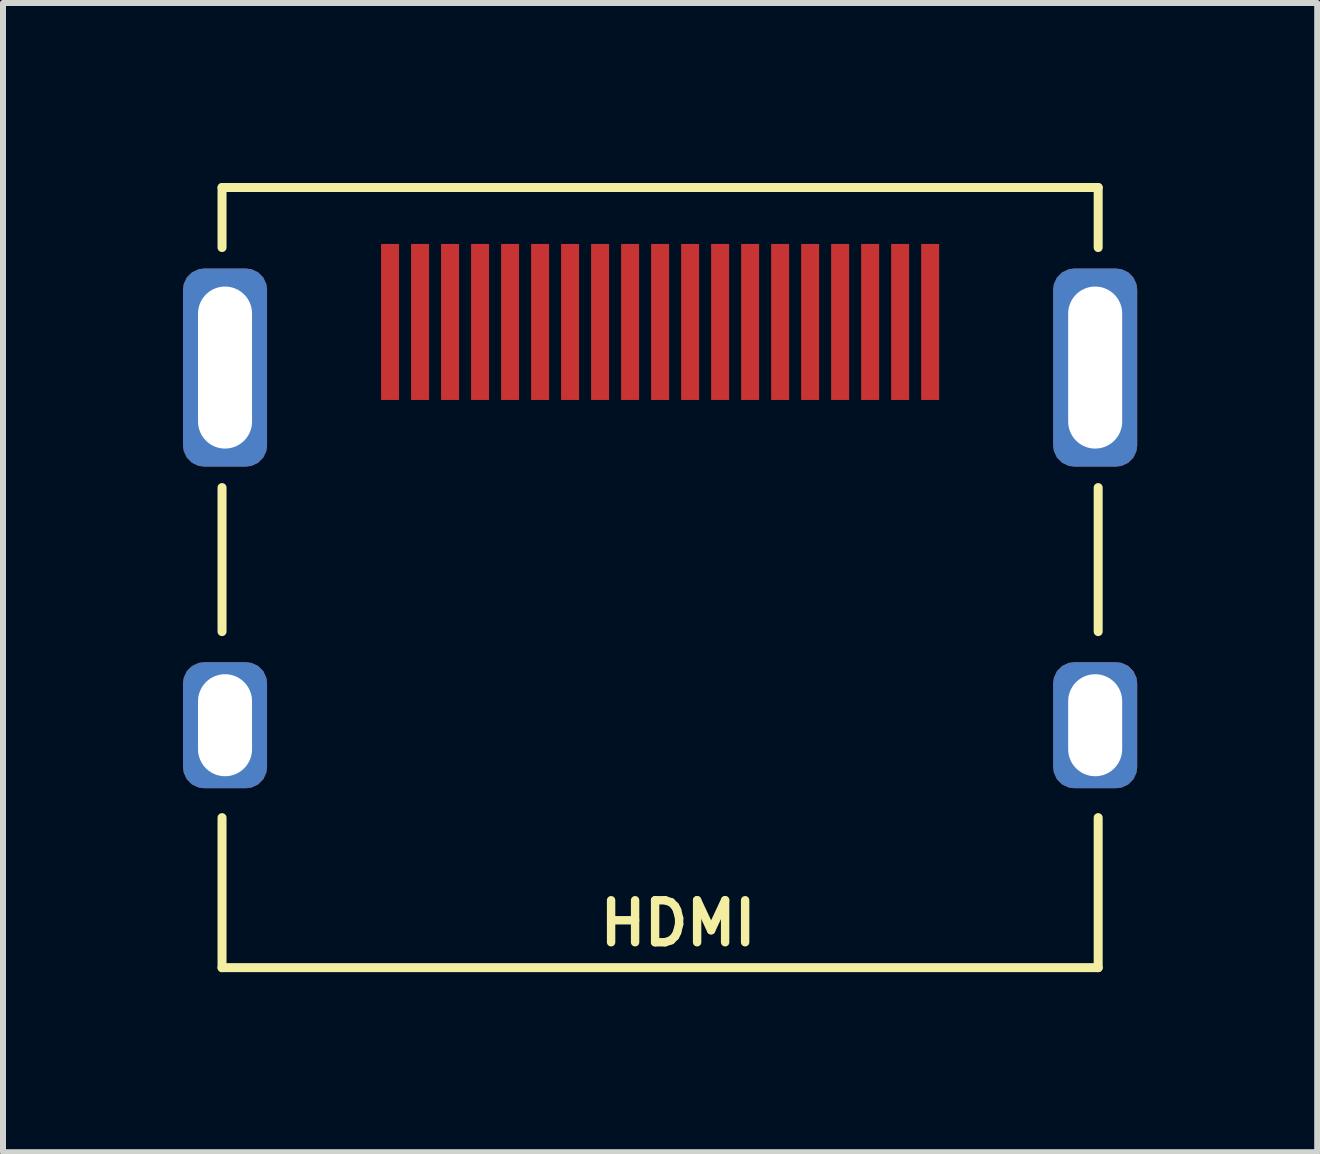
<source format=kicad_pcb>
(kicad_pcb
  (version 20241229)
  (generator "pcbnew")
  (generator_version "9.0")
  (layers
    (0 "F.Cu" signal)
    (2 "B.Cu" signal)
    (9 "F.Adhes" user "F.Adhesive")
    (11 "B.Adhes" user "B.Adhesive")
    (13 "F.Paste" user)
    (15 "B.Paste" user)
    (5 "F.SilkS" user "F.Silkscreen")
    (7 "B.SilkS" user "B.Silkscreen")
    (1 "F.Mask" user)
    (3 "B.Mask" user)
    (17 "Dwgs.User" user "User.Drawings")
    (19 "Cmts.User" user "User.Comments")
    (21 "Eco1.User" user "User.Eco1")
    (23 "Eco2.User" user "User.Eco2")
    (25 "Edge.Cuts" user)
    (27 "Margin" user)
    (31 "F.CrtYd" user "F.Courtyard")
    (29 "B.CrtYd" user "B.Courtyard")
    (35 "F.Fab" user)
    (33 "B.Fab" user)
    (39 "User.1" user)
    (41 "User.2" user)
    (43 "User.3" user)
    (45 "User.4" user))
  (footprint "HDMI"
    (layer "F.Cu")
    (at 7.95 3.075)
    (property "Reference" "HDMI" (at 0.3 9.26 180) (layer "F.SilkS") (effects (font (size 0.7 0.7) (thickness 0.14) (bold yes))))
    (attr through_hole)
    (fp_line (start -7.3 -3) (end 7.3 -3) (stroke (width 0.15) (type solid)) (layer "F.SilkS"))
    (fp_line (start -7.3 -2) (end -7.3 -3) (stroke (width 0.15) (type solid)) (layer "F.SilkS"))
    (fp_line (start -7.3 2) (end -7.3 4.4) (stroke (width 0.15) (type solid)) (layer "F.SilkS"))
    (fp_line (start -7.3 7.5) (end -7.3 10) (stroke (width 0.15) (type solid)) (layer "F.SilkS"))
    (fp_line (start -7.3 10) (end 7.3 10) (stroke (width 0.15) (type solid)) (layer "F.SilkS"))
    (fp_line (start 7.3 -3) (end 7.3 -2) (stroke (width 0.15) (type solid)) (layer "F.SilkS"))
    (fp_line (start 7.3 2) (end 7.3 4.4) (stroke (width 0.15) (type solid)) (layer "F.SilkS"))
    (fp_line (start 7.3 10) (end 7.3 7.5) (stroke (width 0.15) (type solid)) (layer "F.SilkS"))
    (pad "1" smd rect (at 4.5 -0.76) (size 0.3 2.6) (layers "F.Cu" "F.Mask" "F.Paste"))
    (pad "2" smd rect (at 4 -0.76) (size 0.3 2.6) (layers "F.Cu" "F.Mask" "F.Paste"))
    (pad "3" smd rect (at 3.5 -0.76) (size 0.3 2.6) (layers "F.Cu" "F.Mask" "F.Paste"))
    (pad "4" smd rect (at 3 -0.76) (size 0.3 2.6) (layers "F.Cu" "F.Mask" "F.Paste"))
    (pad "5" smd rect (at 2.5 -0.76) (size 0.3 2.6) (layers "F.Cu" "F.Mask" "F.Paste"))
    (pad "6" smd rect (at 2 -0.76) (size 0.3 2.6) (layers "F.Cu" "F.Mask" "F.Paste"))
    (pad "7" smd rect (at 1.5 -0.76) (size 0.3 2.6) (layers "F.Cu" "F.Mask" "F.Paste"))
    (pad "8" smd rect (at 1 -0.76) (size 0.3 2.6) (layers "F.Cu" "F.Mask" "F.Paste"))
    (pad "9" smd rect (at 0.5 -0.76) (size 0.3 2.6) (layers "F.Cu" "F.Mask" "F.Paste"))
    (pad "10" smd rect (at 0 -0.76) (size 0.3 2.6) (layers "F.Cu" "F.Mask" "F.Paste"))
    (pad "11" smd rect (at -0.5 -0.76) (size 0.3 2.6) (layers "F.Cu" "F.Mask" "F.Paste"))
    (pad "12" smd rect (at -1 -0.76) (size 0.3 2.6) (layers "F.Cu" "F.Mask" "F.Paste"))
    (pad "13" smd rect (at -1.5 -0.76) (size 0.3 2.6) (layers "F.Cu" "F.Mask" "F.Paste"))
    (pad "14" smd rect (at -2 -0.76) (size 0.3 2.6) (layers "F.Cu" "F.Mask" "F.Paste"))
    (pad "15" smd rect (at -2.5 -0.76) (size 0.3 2.6) (layers "F.Cu" "F.Mask" "F.Paste"))
    (pad "16" smd rect (at -3 -0.76) (size 0.3 2.6) (layers "F.Cu" "F.Mask" "F.Paste"))
    (pad "17" smd rect (at -3.5 -0.76) (size 0.3 2.6) (layers "F.Cu" "F.Mask" "F.Paste"))
    (pad "18" smd rect (at -4 -0.76) (size 0.3 2.6) (layers "F.Cu" "F.Mask" "F.Paste"))
    (pad "19" smd rect (at -4.5 -0.76) (size 0.3 2.6) (layers "F.Cu" "F.Mask" "F.Paste"))
    (pad "20" thru_hole roundrect (at -7.25 0) (size 1.4 3.3) (drill oval 0.9 2.7) (layers "*.Cu" "*.Mask") (roundrect_rratio 0.25))
    (pad "21" thru_hole roundrect (at -7.25 5.96) (size 1.4 2.1) (drill oval 0.9 1.7) (layers "*.Cu" "*.Mask") (roundrect_rratio 0.25))
    (pad "22" thru_hole roundrect (at 7.25 5.96) (size 1.4 2.1) (drill oval 0.9 1.7) (layers "*.Cu" "*.Mask") (roundrect_rratio 0.25))
    (pad "23" thru_hole roundrect (at 7.25 0) (size 1.4 3.3) (drill oval 0.9 2.7) (layers "*.Cu" "*.Mask") (roundrect_rratio 0.25)))
  (gr_rect
    (start -3 -3)
    (end 18.9 16.15)
    (stroke (width 0.1) (type default))
    (fill no)
    (layer "Edge.Cuts")))
</source>
